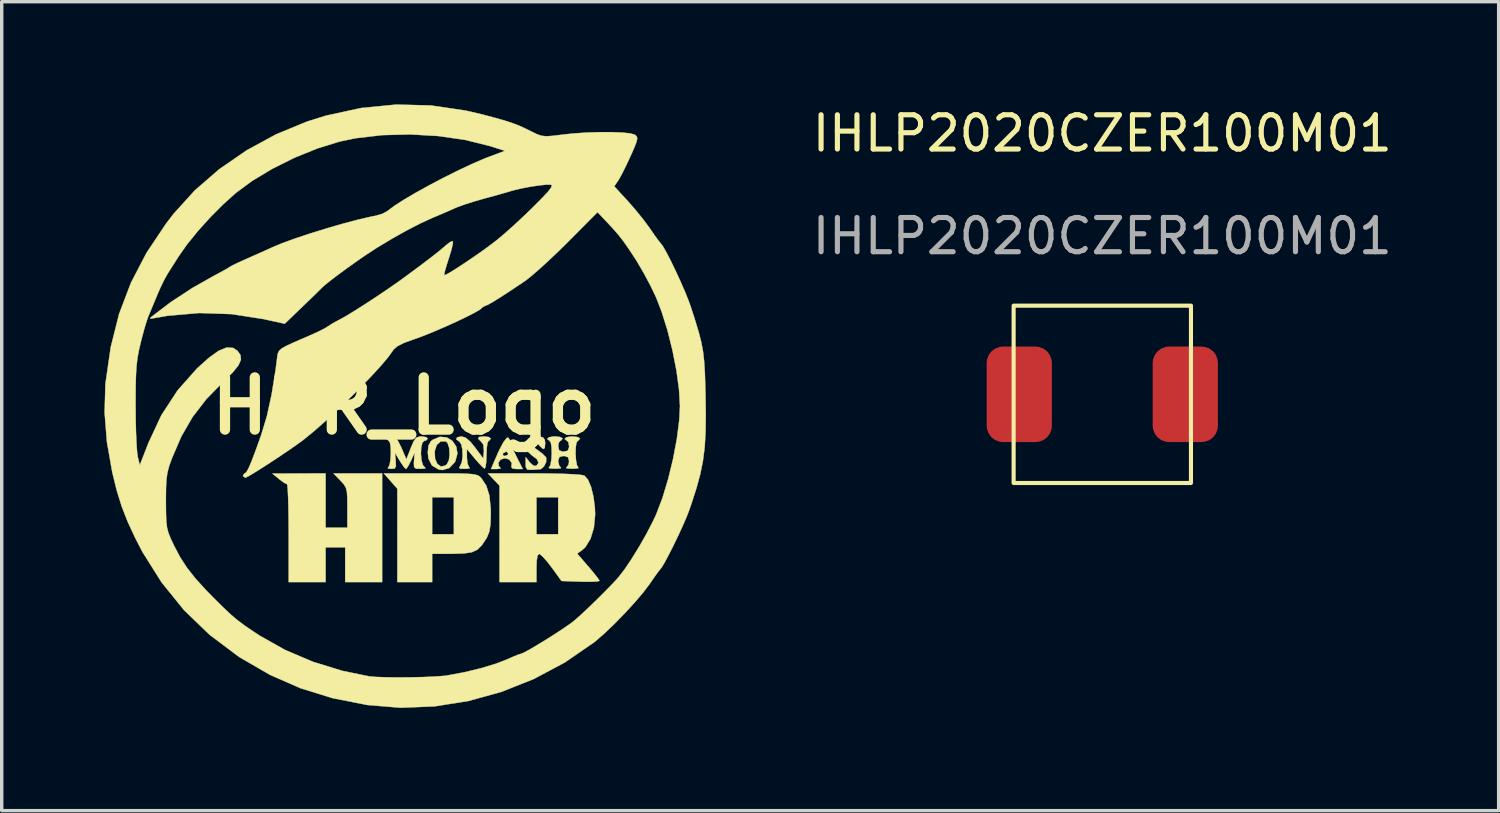
<source format=kicad_pcb>
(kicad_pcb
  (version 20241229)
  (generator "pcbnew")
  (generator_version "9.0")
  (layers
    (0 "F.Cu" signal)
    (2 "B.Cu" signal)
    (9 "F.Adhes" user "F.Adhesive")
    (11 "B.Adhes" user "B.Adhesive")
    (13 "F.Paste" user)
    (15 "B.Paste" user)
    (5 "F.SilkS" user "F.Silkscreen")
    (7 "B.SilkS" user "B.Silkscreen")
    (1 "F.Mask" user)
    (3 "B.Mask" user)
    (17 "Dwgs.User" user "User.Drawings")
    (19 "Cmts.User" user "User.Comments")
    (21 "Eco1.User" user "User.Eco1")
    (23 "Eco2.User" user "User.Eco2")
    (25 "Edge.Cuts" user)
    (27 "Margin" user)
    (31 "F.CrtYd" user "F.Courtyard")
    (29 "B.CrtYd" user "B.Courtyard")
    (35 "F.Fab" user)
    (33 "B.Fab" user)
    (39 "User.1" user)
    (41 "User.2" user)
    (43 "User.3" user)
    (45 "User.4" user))
  (footprint "IHLP2020CZER100M01"
    (layer "F.Cu")
    (at 29.148 8.468)
    (property "Reference" "IHLP2020CZER100M01" (at 0 -7.62 0) (unlocked yes) (layer "F.SilkS") (effects (font (size 1 1) (thickness 0.15))))
    (attr smd)
    (fp_rect (start -2.59 -2.59) (end 2.59 2.59) (stroke (width 0.12) (type solid)) (fill no) (layer "F.SilkS"))
    (fp_text user "${REFERENCE}" (at 0 -4.62 0) (unlocked yes) (layer "F.Fab") (effects (font (size 1 1) (thickness 0.15))))
    (pad "1" smd roundrect (at -2.425 0) (size 1.905 2.79) (layers "F.Cu" "F.Mask" "F.Paste") (roundrect_rratio 0.25))
    (pad "2" smd roundrect (at 2.425 0) (size 1.905 2.79) (layers "F.Cu" "F.Mask" "F.Paste") (roundrect_rratio 0.25)))
  (footprint "HPR_Logo"
    (layer "F.Cu")
    (at 8.747 8.809)
    (property "Reference" "HPR_Logo" (at 0 0 180) (layer "F.SilkS") (effects (font (size 1.524 1.524) (thickness 0.3))))
    (attr through_hole)
    (fp_poly (pts (xy -0.635 5.144) (xy -1.714 5.144) (xy -1.714 4.128) (xy -2.286 4.128) (xy -2.286 5.144) (xy -3.365 5.144) (xy -3.365 3.715) (xy -3.368 3.304) (xy -3.373 2.94) (xy -3.382 2.639) (xy -3.393 2.421) (xy -3.406 2.302) (xy -3.413 2.286) (xy -3.489 2.249) (xy -3.616 2.157) (xy -3.651 2.129) (xy -3.842 1.973) (xy -3.064 1.971) (xy -2.286 1.968) (xy -2.286 3.556) (xy -1.651 3.556) (xy -1.651 2.972) (xy -1.653 2.694) (xy -1.664 2.511) (xy -1.694 2.388) (xy -1.75 2.293) (xy -1.841 2.191) (xy -1.854 2.178) (xy -2.057 1.968) (xy -0.635 1.968) (xy -0.635 5.144)) (stroke (width 0.01) (type solid)) (fill yes) (layer "F.SilkS"))
    (fp_poly (pts (xy 1.251 0.917) (xy 1.417 1.018) (xy 1.529 1.182) (xy 1.565 1.386) (xy 1.505 1.61) (xy 1.486 1.644) (xy 1.328 1.811) (xy 1.129 1.871) (xy 1.014 1.854) (xy 0.82 1.739) (xy 0.718 1.54) (xy 0.699 1.359) (xy 0.702 1.321) (xy 0.901 1.321) (xy 0.911 1.537) (xy 0.978 1.692) (xy 1.084 1.767) (xy 1.209 1.741) (xy 1.257 1.702) (xy 1.315 1.582) (xy 1.336 1.406) (xy 1.323 1.223) (xy 1.277 1.083) (xy 1.23 1.036) (xy 1.078 1.034) (xy 0.96 1.137) (xy 0.901 1.321) (xy 0.702 1.321) (xy 0.718 1.157) (xy 0.787 1.032) (xy 0.84 0.988) (xy 1.051 0.9) (xy 1.251 0.917)) (stroke (width 0.01) (type solid)) (fill yes) (layer "F.SilkS"))
    (fp_poly (pts (xy 1.225 1.969) (xy 1.565 1.971) (xy 1.812 1.977) (xy 1.985 1.989) (xy 2.1 2.007) (xy 2.175 2.034) (xy 2.227 2.071) (xy 2.266 2.111) (xy 2.409 2.33) (xy 2.498 2.618) (xy 2.537 2.997) (xy 2.54 3.169) (xy 2.53 3.461) (xy 2.496 3.669) (xy 2.429 3.835) (xy 2.407 3.873) (xy 2.278 4.068) (xy 2.148 4.196) (xy 1.987 4.271) (xy 1.764 4.306) (xy 1.448 4.316) (xy 1.413 4.317) (xy 0.826 4.318) (xy 0.826 5.144) (xy -0.191 5.144) (xy -0.191 2.667) (xy 0.826 2.667) (xy 0.826 3.747) (xy 1.46 3.747) (xy 1.46 2.667) (xy 0.826 2.667) (xy -0.191 2.667) (xy -0.191 2.417) (xy -0.388 2.193) (xy -0.585 1.968) (xy 0.776 1.968) (xy 1.225 1.969)) (stroke (width 0.01) (type solid)) (fill yes) (layer "F.SilkS"))
    (fp_poly (pts (xy 3.108 1.013) (xy 3.111 1.043) (xy 3.139 1.14) (xy 3.209 1.309) (xy 3.292 1.483) (xy 3.473 1.841) (xy 3.288 1.841) (xy 3.17 1.825) (xy 3.139 1.785) (xy 3.14 1.784) (xy 3.152 1.665) (xy 3.075 1.563) (xy 2.953 1.524) (xy 2.828 1.564) (xy 2.76 1.655) (xy 2.772 1.754) (xy 2.808 1.788) (xy 2.826 1.827) (xy 2.72 1.841) (xy 2.718 1.841) (xy 2.546 1.841) (xy 2.646 1.603) (xy 2.737 1.397) (xy 2.889 1.397) (xy 2.904 1.451) (xy 2.949 1.46) (xy 3.036 1.427) (xy 3.048 1.397) (xy 3.002 1.335) (xy 2.988 1.333) (xy 2.902 1.38) (xy 2.889 1.397) (xy 2.737 1.397) (xy 2.788 1.282) (xy 2.909 1.057) (xy 3.001 0.937) (xy 3.05 0.922) (xy 3.108 1.013)) (stroke (width 0.01) (type solid)) (fill yes) (layer "F.SilkS"))
    (fp_poly (pts (xy 4.059 0.913) (xy 4.117 0.987) (xy 4.128 1.083) (xy 4.115 1.228) (xy 4.068 1.257) (xy 3.974 1.173) (xy 3.936 1.127) (xy 3.836 1.034) (xy 3.759 1.044) (xy 3.744 1.058) (xy 3.72 1.123) (xy 3.789 1.204) (xy 3.897 1.28) (xy 4.046 1.392) (xy 4.144 1.49) (xy 4.158 1.513) (xy 4.156 1.637) (xy 4.092 1.768) (xy 4 1.844) (xy 3.982 1.847) (xy 3.864 1.855) (xy 3.731 1.865) (xy 3.608 1.858) (xy 3.562 1.788) (xy 3.557 1.685) (xy 3.559 1.492) (xy 3.676 1.644) (xy 3.78 1.739) (xy 3.865 1.752) (xy 3.934 1.659) (xy 3.883 1.549) (xy 3.746 1.448) (xy 3.61 1.324) (xy 3.548 1.174) (xy 3.561 1.034) (xy 3.654 0.941) (xy 3.699 0.928) (xy 3.927 0.896) (xy 4.059 0.913)) (stroke (width 0.01) (type solid)) (fill yes) (layer "F.SilkS"))
    (fp_poly (pts (xy 2.483 0.907) (xy 2.54 0.952) (xy 2.54 0.953) (xy 2.492 1.014) (xy 2.477 1.016) (xy 2.443 1.074) (xy 2.421 1.229) (xy 2.413 1.434) (xy 2.405 1.642) (xy 2.385 1.784) (xy 2.357 1.831) (xy 2.288 1.774) (xy 2.169 1.648) (xy 2.071 1.534) (xy 1.841 1.258) (xy 1.841 1.513) (xy 1.86 1.686) (xy 1.907 1.79) (xy 1.921 1.799) (xy 1.92 1.821) (xy 1.818 1.835) (xy 1.781 1.836) (xy 1.643 1.831) (xy 1.613 1.799) (xy 1.638 1.765) (xy 1.691 1.651) (xy 1.715 1.475) (xy 1.71 1.283) (xy 1.678 1.122) (xy 1.62 1.039) (xy 1.619 1.039) (xy 1.53 0.975) (xy 1.555 0.915) (xy 1.68 0.889) (xy 1.682 0.889) (xy 1.805 0.925) (xy 1.944 1.044) (xy 2.078 1.211) (xy 2.318 1.532) (xy 2.339 1.325) (xy 2.321 1.129) (xy 2.259 1.044) (xy 2.169 0.955) (xy 2.198 0.905) (xy 2.348 0.889) (xy 2.349 0.889) (xy 2.483 0.907)) (stroke (width 0.01) (type solid)) (fill yes) (layer "F.SilkS"))
    (fp_poly (pts (xy 4.251 1.972) (xy 4.638 1.98) (xy 4.949 1.994) (xy 5.165 2.011) (xy 5.271 2.032) (xy 5.273 2.033) (xy 5.376 2.149) (xy 5.467 2.362) (xy 5.537 2.642) (xy 5.579 2.96) (xy 5.587 3.171) (xy 5.551 3.552) (xy 5.452 3.879) (xy 5.301 4.124) (xy 5.205 4.211) (xy 5.062 4.311) (xy 5.388 4.688) (xy 5.542 4.871) (xy 5.657 5.017) (xy 5.713 5.099) (xy 5.715 5.107) (xy 5.656 5.124) (xy 5.5 5.133) (xy 5.273 5.133) (xy 5.16 5.13) (xy 4.605 5.112) (xy 4.319 4.718) (xy 4.172 4.529) (xy 4.045 4.389) (xy 3.962 4.323) (xy 3.953 4.321) (xy 3.905 4.368) (xy 3.88 4.52) (xy 3.873 4.731) (xy 3.873 5.144) (xy 2.794 5.144) (xy 2.794 2.667) (xy 3.873 2.667) (xy 3.873 3.747) (xy 4.508 3.747) (xy 4.508 2.667) (xy 3.873 2.667) (xy 2.794 2.667) (xy 2.794 2.325) (xy 2.623 2.147) (xy 2.453 1.968) (xy 3.802 1.968) (xy 4.251 1.972)) (stroke (width 0.01) (type solid)) (fill yes) (layer "F.SilkS"))
    (fp_poly (pts (xy 0.647 0.908) (xy 0.699 0.953) (xy 0.647 1.009) (xy 0.603 1.016) (xy 0.541 1.071) (xy 0.507 1.21) (xy 0.498 1.393) (xy 0.514 1.578) (xy 0.555 1.727) (xy 0.619 1.798) (xy 0.638 1.818) (xy 0.55 1.832) (xy 0.505 1.834) (xy 0.358 1.832) (xy 0.298 1.787) (xy 0.293 1.664) (xy 0.297 1.603) (xy 0.315 1.365) (xy 0.205 1.603) (xy 0.129 1.751) (xy 0.071 1.834) (xy 0.06 1.841) (xy 0.009 1.792) (xy -0.078 1.668) (xy -0.118 1.603) (xy -0.261 1.365) (xy -0.239 1.603) (xy -0.232 1.759) (xy -0.266 1.825) (xy -0.363 1.837) (xy -0.378 1.836) (xy -0.47 1.823) (xy -0.46 1.799) (xy -0.419 1.727) (xy -0.392 1.577) (xy -0.38 1.39) (xy -0.385 1.206) (xy -0.407 1.068) (xy -0.445 1.016) (xy -0.506 0.968) (xy -0.508 0.953) (xy -0.454 0.903) (xy -0.362 0.889) (xy -0.263 0.915) (xy -0.177 1.011) (xy -0.08 1.201) (xy -0.071 1.222) (xy 0.074 1.556) (xy 0.204 1.222) (xy 0.287 1.03) (xy 0.36 0.929) (xy 0.45 0.893) (xy 0.517 0.889) (xy 0.647 0.908)) (stroke (width 0.01) (type solid)) (fill yes) (layer "F.SilkS"))
    (fp_poly (pts (xy 5.068 0.905) (xy 5.142 0.944) (xy 5.144 0.953) (xy 5.095 1.014) (xy 5.08 1.016) (xy 5.041 1.072) (xy 5.02 1.213) (xy 5.016 1.397) (xy 5.028 1.583) (xy 5.056 1.731) (xy 5.096 1.799) (xy 5.091 1.819) (xy 4.986 1.83) (xy 4.921 1.831) (xy 4.783 1.825) (xy 4.735 1.808) (xy 4.747 1.799) (xy 4.808 1.718) (xy 4.826 1.614) (xy 4.798 1.497) (xy 4.692 1.461) (xy 4.667 1.46) (xy 4.546 1.487) (xy 4.509 1.59) (xy 4.508 1.614) (xy 4.538 1.744) (xy 4.588 1.799) (xy 4.583 1.819) (xy 4.478 1.83) (xy 4.413 1.831) (xy 4.275 1.825) (xy 4.227 1.808) (xy 4.239 1.799) (xy 4.28 1.727) (xy 4.307 1.577) (xy 4.319 1.39) (xy 4.314 1.206) (xy 4.292 1.068) (xy 4.255 1.016) (xy 4.193 0.968) (xy 4.191 0.953) (xy 4.247 0.911) (xy 4.384 0.89) (xy 4.413 0.889) (xy 4.56 0.905) (xy 4.634 0.944) (xy 4.636 0.953) (xy 4.587 1.014) (xy 4.572 1.016) (xy 4.524 1.07) (xy 4.508 1.175) (xy 4.535 1.296) (xy 4.638 1.333) (xy 4.667 1.333) (xy 4.788 1.307) (xy 4.825 1.204) (xy 4.826 1.175) (xy 4.804 1.055) (xy 4.763 1.016) (xy 4.701 0.968) (xy 4.699 0.953) (xy 4.755 0.911) (xy 4.892 0.89) (xy 4.921 0.889) (xy 5.068 0.905)) (stroke (width 0.01) (type solid)) (fill yes) (layer "F.SilkS"))
    (fp_poly (pts (xy 0.788 -8.779) (xy 1.811 -8.628) (xy 2.291 -8.516) (xy 2.666 -8.416) (xy 2.949 -8.336) (xy 3.17 -8.264) (xy 3.361 -8.191) (xy 3.551 -8.104) (xy 3.728 -8.017) (xy 3.89 -7.938) (xy 4.02 -7.894) (xy 4.155 -7.879) (xy 4.335 -7.89) (xy 4.599 -7.922) (xy 4.624 -7.926) (xy 4.969 -7.962) (xy 5.342 -7.987) (xy 5.717 -7.999) (xy 6.07 -7.999) (xy 6.376 -7.987) (xy 6.609 -7.963) (xy 6.744 -7.926) (xy 6.754 -7.92) (xy 6.802 -7.874) (xy 6.817 -7.811) (xy 6.793 -7.706) (xy 6.725 -7.533) (xy 6.622 -7.301) (xy 6.5 -7.04) (xy 6.383 -6.804) (xy 6.29 -6.632) (xy 6.263 -6.589) (xy 6.146 -6.416) (xy 6.541 -5.986) (xy 6.76 -5.736) (xy 6.982 -5.462) (xy 7.165 -5.217) (xy 7.194 -5.175) (xy 7.326 -4.984) (xy 7.432 -4.837) (xy 7.492 -4.764) (xy 7.494 -4.763) (xy 7.562 -4.674) (xy 7.666 -4.493) (xy 7.795 -4.244) (xy 7.936 -3.952) (xy 8.079 -3.642) (xy 8.211 -3.34) (xy 8.32 -3.068) (xy 8.38 -2.9) (xy 8.515 -2.481) (xy 8.616 -2.144) (xy 8.689 -1.858) (xy 8.739 -1.589) (xy 8.771 -1.307) (xy 8.792 -0.979) (xy 8.805 -0.571) (xy 8.811 -0.324) (xy 8.819 0.275) (xy 8.812 0.776) (xy 8.786 1.21) (xy 8.736 1.605) (xy 8.658 1.99) (xy 8.548 2.395) (xy 8.402 2.848) (xy 8.335 3.042) (xy 8.256 3.246) (xy 8.144 3.505) (xy 8.011 3.792) (xy 7.871 4.083) (xy 7.735 4.351) (xy 7.617 4.572) (xy 7.529 4.718) (xy 7.493 4.763) (xy 7.44 4.827) (xy 7.337 4.969) (xy 7.205 5.161) (xy 7.177 5.202) (xy 6.993 5.445) (xy 6.741 5.741) (xy 6.446 6.062) (xy 6.137 6.378) (xy 5.84 6.661) (xy 5.584 6.882) (xy 5.556 6.904) (xy 4.705 7.489) (xy 3.8 7.972) (xy 2.854 8.349) (xy 1.881 8.618) (xy 0.894 8.774) (xy -0.093 8.814) (xy -1.066 8.734) (xy -1.079 8.732) (xy -2.091 8.532) (xy -3.028 8.241) (xy -3.915 7.851) (xy -4.775 7.353) (xy -4.849 7.304) (xy -5.678 6.68) (xy -6.42 5.964) (xy -7.073 5.158) (xy -7.636 4.264) (xy -7.843 3.864) (xy -8.068 3.38) (xy -8.243 2.933) (xy -8.386 2.47) (xy -8.518 1.937) (xy -8.674 1.05) (xy -8.742 0.186) (xy -8.731 -0.175) (xy -7.836 -0.175) (xy -7.836 0) (xy -7.833 0.401) (xy -7.824 0.775) (xy -7.81 1.096) (xy -7.793 1.34) (xy -7.774 1.481) (xy -7.774 1.483) (xy -7.714 1.727) (xy -7.46 1.075) (xy -7.083 0.268) (xy -6.61 -0.456) (xy -6.042 -1.097) (xy -5.699 -1.405) (xy -5.412 -1.612) (xy -5.177 -1.708) (xy -4.986 -1.697) (xy -4.862 -1.615) (xy -4.773 -1.489) (xy -4.759 -1.353) (xy -4.83 -1.191) (xy -4.99 -0.99) (xy -5.248 -0.732) (xy -5.274 -0.708) (xy -5.771 -0.199) (xy -6.17 0.319) (xy -6.497 0.883) (xy -6.777 1.533) (xy -6.78 1.54) (xy -6.855 1.751) (xy -6.904 1.936) (xy -6.933 2.13) (xy -6.947 2.371) (xy -6.951 2.693) (xy -6.951 2.794) (xy -6.948 3.128) (xy -6.939 3.368) (xy -6.918 3.549) (xy -6.877 3.705) (xy -6.812 3.869) (xy -6.721 4.064) (xy -6.543 4.404) (xy -6.339 4.72) (xy -6.087 5.04) (xy -5.767 5.391) (xy -5.549 5.613) (xy -5.274 5.885) (xy -5.053 6.093) (xy -4.853 6.262) (xy -4.642 6.419) (xy -4.387 6.593) (xy -4.196 6.717) (xy -3.464 7.128) (xy -2.652 7.473) (xy -1.793 7.737) (xy -1.016 7.896) (xy -0.818 7.914) (xy -0.527 7.924) (xy -0.175 7.928) (xy 0.204 7.925) (xy 0.577 7.917) (xy 0.911 7.902) (xy 1.172 7.883) (xy 1.27 7.87) (xy 1.777 7.775) (xy 2.265 7.656) (xy 2.697 7.525) (xy 3.017 7.4) (xy 3.211 7.315) (xy 3.358 7.256) (xy 3.419 7.239) (xy 3.501 7.206) (xy 3.664 7.118) (xy 3.883 6.989) (xy 4.135 6.836) (xy 4.395 6.672) (xy 4.637 6.513) (xy 4.838 6.375) (xy 4.958 6.285) (xy 5.132 6.134) (xy 5.364 5.919) (xy 5.623 5.669) (xy 5.881 5.412) (xy 6.108 5.179) (xy 6.262 5.011) (xy 6.442 4.779) (xy 6.653 4.465) (xy 6.877 4.102) (xy 7.092 3.723) (xy 7.278 3.363) (xy 7.366 3.176) (xy 7.551 2.693) (xy 7.72 2.135) (xy 7.864 1.542) (xy 7.975 0.952) (xy 8.045 0.403) (xy 8.065 0) (xy 8.037 -0.483) (xy 7.961 -1.04) (xy 7.844 -1.633) (xy 7.696 -2.224) (xy 7.523 -2.772) (xy 7.366 -3.176) (xy 7.204 -3.514) (xy 7.004 -3.888) (xy 6.804 -4.23) (xy 6.75 -4.315) (xy 6.56 -4.602) (xy 6.408 -4.818) (xy 6.265 -5.002) (xy 6.101 -5.189) (xy 5.892 -5.413) (xy 5.657 -5.661) (xy 4.781 -4.78) (xy 4.482 -4.486) (xy 4.185 -4.205) (xy 3.912 -3.958) (xy 3.685 -3.764) (xy 3.534 -3.648) (xy 3.126 -3.375) (xy 2.814 -3.172) (xy 2.589 -3.032) (xy 2.443 -2.952) (xy 2.371 -2.925) (xy 2.285 -2.879) (xy 2.275 -2.861) (xy 2.209 -2.807) (xy 2.047 -2.715) (xy 1.813 -2.596) (xy 1.529 -2.461) (xy 1.217 -2.32) (xy 0.902 -2.184) (xy 0.604 -2.062) (xy 0.347 -1.966) (xy 0.283 -1.945) (xy -0.000002 -1.842) (xy -0.185 -1.749) (xy -0.299 -1.65) (xy -0.332 -1.603) (xy -0.466 -1.417) (xy -0.679 -1.166) (xy -0.953 -0.867) (xy -1.272 -0.536) (xy -1.619 -0.192) (xy -1.975 0.15) (xy -2.324 0.471) (xy -2.648 0.755) (xy -2.931 0.985) (xy -2.953 1.002) (xy -3.133 1.133) (xy -3.365 1.294) (xy -3.628 1.472) (xy -3.899 1.651) (xy -4.157 1.817) (xy -4.379 1.956) (xy -4.543 2.053) (xy -4.627 2.095) (xy -4.631 2.095) (xy -4.696 2.05) (xy -4.699 2.032) (xy -4.658 1.97) (xy -4.645 1.968) (xy -4.6 1.933) (xy -4.537 1.818) (xy -4.449 1.614) (xy -4.334 1.311) (xy -4.186 0.898) (xy -4.161 0.826) (xy -4 0.29) (xy -3.863 -0.336) (xy -3.746 -1.067) (xy -3.713 -1.319) (xy -3.698 -1.446) (xy -3.68 -1.54) (xy -3.642 -1.614) (xy -3.566 -1.682) (xy -3.435 -1.756) (xy -3.233 -1.85) (xy -2.942 -1.976) (xy -2.731 -2.067) (xy -2.51 -2.167) (xy -2.327 -2.259) (xy -2.223 -2.322) (xy -2.223 -2.322) (xy -2.109 -2.396) (xy -1.935 -2.494) (xy -1.858 -2.533) (xy -1.678 -2.634) (xy -1.42 -2.792) (xy -1.112 -2.988) (xy -0.779 -3.206) (xy -0.449 -3.429) (xy -0.148 -3.639) (xy -0.022 -3.73) (xy 0.433 -4.066) (xy 0.788 -4.334) (xy 1.048 -4.539) (xy 1.219 -4.685) (xy 1.222 -4.688) (xy 1.342 -4.783) (xy 1.423 -4.816) (xy 1.432 -4.812) (xy 1.43 -4.739) (xy 1.393 -4.578) (xy 1.328 -4.361) (xy 1.311 -4.309) (xy 1.24 -4.086) (xy 1.192 -3.914) (xy 1.175 -3.825) (xy 1.176 -3.819) (xy 1.238 -3.84) (xy 1.382 -3.922) (xy 1.586 -4.05) (xy 1.829 -4.211) (xy 2.092 -4.39) (xy 2.352 -4.573) (xy 2.588 -4.748) (xy 2.731 -4.858) (xy 2.945 -5.039) (xy 3.214 -5.279) (xy 3.504 -5.548) (xy 3.78 -5.815) (xy 3.786 -5.821) (xy 4.041 -6.078) (xy 4.21 -6.26) (xy 4.301 -6.379) (xy 4.324 -6.444) (xy 4.297 -6.465) (xy 4.169 -6.466) (xy 3.957 -6.444) (xy 3.701 -6.406) (xy 3.441 -6.357) (xy 3.216 -6.304) (xy 3.143 -6.283) (xy 2.999 -6.24) (xy 2.77 -6.175) (xy 2.495 -6.099) (xy 2.349 -6.06) (xy 2.056 -5.976) (xy 1.778 -5.887) (xy 1.56 -5.808) (xy 1.492 -5.779) (xy 1.297 -5.692) (xy 1.043 -5.583) (xy 0.826 -5.492) (xy 0.487 -5.337) (xy 0.083 -5.128) (xy -0.352 -4.884) (xy -0.78 -4.627) (xy -1.143 -4.39) (xy -1.411 -4.203) (xy -1.687 -4.006) (xy -1.947 -3.814) (xy -2.166 -3.647) (xy -2.322 -3.521) (xy -2.382 -3.467) (xy -2.451 -3.397) (xy -2.591 -3.259) (xy -2.78 -3.076) (xy -2.963 -2.9) (xy -3.48 -2.403) (xy -4.105 -2.54) (xy -5.033 -2.684) (xy -5.977 -2.716) (xy -6.906 -2.635) (xy -7.303 -2.565) (xy -7.407 -2.549) (xy -7.403 -2.578) (xy -7.36 -2.615) (xy -6.809 -3.034) (xy -6.183 -3.444) (xy -5.571 -3.791) (xy -5.354 -3.907) (xy -5.184 -4.001) (xy -5.089 -4.059) (xy -5.08 -4.066) (xy -5.011 -4.105) (xy -4.855 -4.181) (xy -4.641 -4.278) (xy -4.572 -4.309) (xy -4.308 -4.425) (xy -4.053 -4.539) (xy -3.859 -4.628) (xy -3.842 -4.636) (xy -3.553 -4.756) (xy -3.171 -4.895) (xy -2.728 -5.042) (xy -2.254 -5.189) (xy -1.78 -5.326) (xy -1.338 -5.443) (xy -0.959 -5.531) (xy -0.815 -5.559) (xy -0.626 -5.615) (xy -0.476 -5.697) (xy -0.466 -5.705) (xy -0.284 -5.843) (xy -0.009 -6.02) (xy 0.337 -6.224) (xy 0.731 -6.442) (xy 1.15 -6.663) (xy 1.572 -6.874) (xy 1.974 -7.063) (xy 2.332 -7.219) (xy 2.477 -7.275) (xy 2.953 -7.454) (xy 2.508 -7.594) (xy 1.789 -7.773) (xy 1.001 -7.886) (xy 0.181 -7.933) (xy -0.633 -7.912) (xy -1.405 -7.822) (xy -1.873 -7.725) (xy -2.523 -7.524) (xy -3.191 -7.254) (xy -3.839 -6.931) (xy -4.432 -6.575) (xy -4.914 -6.218) (xy -5.278 -5.89) (xy -5.655 -5.511) (xy -6.016 -5.111) (xy -6.332 -4.722) (xy -6.572 -4.381) (xy -6.71 -4.164) (xy -6.847 -3.948) (xy -6.895 -3.873) (xy -6.995 -3.696) (xy -7.112 -3.455) (xy -7.206 -3.239) (xy -7.305 -2.998) (xy -7.398 -2.776) (xy -7.458 -2.635) (xy -7.51 -2.49) (xy -7.58 -2.26) (xy -7.654 -1.984) (xy -7.69 -1.841) (xy -7.743 -1.61) (xy -7.782 -1.396) (xy -7.809 -1.172) (xy -7.825 -0.912) (xy -7.834 -0.589) (xy -7.836 -0.175) (xy -8.731 -0.175) (xy -8.719 -0.624) (xy -8.713 -0.683) (xy -8.562 -1.724) (xy -8.318 -2.691) (xy -7.972 -3.6) (xy -7.519 -4.471) (xy -6.951 -5.321) (xy -6.721 -5.62) (xy -6.106 -6.299) (xy -5.39 -6.919) (xy -4.593 -7.468) (xy -3.733 -7.935) (xy -2.828 -8.309) (xy -2.28 -8.48) (xy -1.248 -8.705) (xy -0.228 -8.804) (xy 0.788 -8.779)) (stroke (width 0.01) (type solid)) (fill yes) (layer "F.SilkS")))
  (gr_rect
    (start -3 -3)
    (end 40.726 20.628)
    (stroke (width 0.1) (type default))
    (fill no)
    (layer "Edge.Cuts")))
</source>
